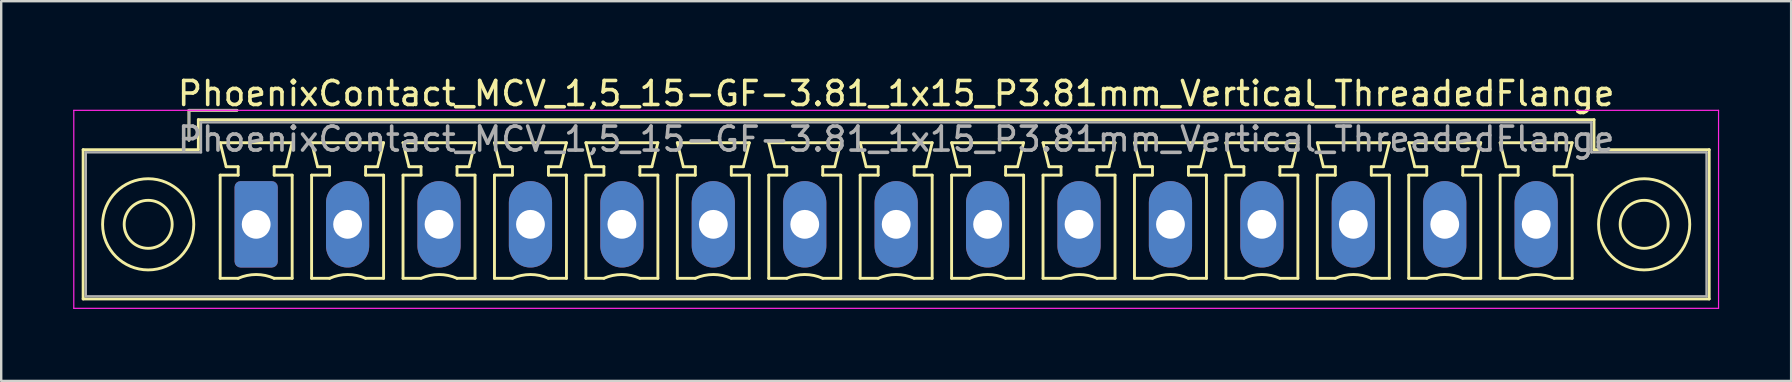
<source format=kicad_pcb>
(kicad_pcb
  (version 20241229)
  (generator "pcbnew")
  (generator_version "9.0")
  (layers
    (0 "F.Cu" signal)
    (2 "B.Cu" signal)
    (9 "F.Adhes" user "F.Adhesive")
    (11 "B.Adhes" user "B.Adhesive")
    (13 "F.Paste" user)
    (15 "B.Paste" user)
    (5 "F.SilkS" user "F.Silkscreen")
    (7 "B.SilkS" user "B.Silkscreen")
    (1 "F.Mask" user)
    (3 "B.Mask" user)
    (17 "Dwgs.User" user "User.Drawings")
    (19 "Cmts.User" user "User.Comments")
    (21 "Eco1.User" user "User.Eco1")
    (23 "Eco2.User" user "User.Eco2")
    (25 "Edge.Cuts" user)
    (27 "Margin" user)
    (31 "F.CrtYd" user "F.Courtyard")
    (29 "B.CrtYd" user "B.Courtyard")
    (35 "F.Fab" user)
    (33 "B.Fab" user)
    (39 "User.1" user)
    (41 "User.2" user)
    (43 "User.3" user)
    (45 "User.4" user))
  (footprint "PhoenixContact_MCV_1,5_15-GF-3.81_1x15_P3.81mm_Vertical_ThreadedFlange"
    (layer "F.Cu")
    (at 7.625 6.298)
    (property "Reference" "PhoenixContact_MCV_1,5_15-GF-3.81_1x15_P3.81mm_Vertical_ThreadedFlange" (at 26.67 -5.45 0) (layer "F.SilkS") (effects (font (size 1 1) (thickness 0.15))))
    (attr through_hole)
    (fp_line (start -7.21 -3.11) (end -7.21 3.11) (stroke (width 0.12) (type solid)) (layer "F.SilkS"))
    (fp_line (start -7.21 3.11) (end 60.55 3.11) (stroke (width 0.12) (type solid)) (layer "F.SilkS"))
    (fp_line (start -2.8 -4.75) (end -0.8 -4.75) (stroke (width 0.12) (type solid)) (layer "F.SilkS"))
    (fp_line (start -2.8 -3.5) (end -2.8 -4.75) (stroke (width 0.12) (type solid)) (layer "F.SilkS"))
    (fp_line (start -2.41 -4.36) (end -2.41 -3.11) (stroke (width 0.12) (type solid)) (layer "F.SilkS"))
    (fp_line (start -2.41 -3.11) (end -7.21 -3.11) (stroke (width 0.12) (type solid)) (layer "F.SilkS"))
    (fp_line (start -1.5 -3.4) (end 1.5 -3.4) (stroke (width 0.12) (type solid)) (layer "F.SilkS"))
    (fp_line (start -1.5 -2.05) (end -0.75 -2.05) (stroke (width 0.12) (type solid)) (layer "F.SilkS"))
    (fp_line (start -1.5 2.25) (end -1.5 -2.05) (stroke (width 0.12) (type solid)) (layer "F.SilkS"))
    (fp_line (start -1.25 -2.4) (end -1.5 -3.4) (stroke (width 0.12) (type solid)) (layer "F.SilkS"))
    (fp_line (start -0.75 -2.4) (end -1.25 -2.4) (stroke (width 0.12) (type solid)) (layer "F.SilkS"))
    (fp_line (start -0.75 -2.05) (end -0.75 -2.4) (stroke (width 0.12) (type solid)) (layer "F.SilkS"))
    (fp_line (start -0.75 2.25) (end -1.5 2.25) (stroke (width 0.12) (type solid)) (layer "F.SilkS"))
    (fp_line (start 0.75 -2.4) (end 0.75 -2.05) (stroke (width 0.12) (type solid)) (layer "F.SilkS"))
    (fp_line (start 0.75 -2.05) (end 1.5 -2.05) (stroke (width 0.12) (type solid)) (layer "F.SilkS"))
    (fp_line (start 1.25 -2.4) (end 0.75 -2.4) (stroke (width 0.12) (type solid)) (layer "F.SilkS"))
    (fp_line (start 1.5 -3.4) (end 1.25 -2.4) (stroke (width 0.12) (type solid)) (layer "F.SilkS"))
    (fp_line (start 1.5 -2.05) (end 1.5 2.25) (stroke (width 0.12) (type solid)) (layer "F.SilkS"))
    (fp_line (start 1.5 2.25) (end 0.75 2.25) (stroke (width 0.12) (type solid)) (layer "F.SilkS"))
    (fp_line (start 2.31 -3.4) (end 5.31 -3.4) (stroke (width 0.12) (type solid)) (layer "F.SilkS"))
    (fp_line (start 2.31 -2.05) (end 3.06 -2.05) (stroke (width 0.12) (type solid)) (layer "F.SilkS"))
    (fp_line (start 2.31 2.25) (end 2.31 -2.05) (stroke (width 0.12) (type solid)) (layer "F.SilkS"))
    (fp_line (start 2.56 -2.4) (end 2.31 -3.4) (stroke (width 0.12) (type solid)) (layer "F.SilkS"))
    (fp_line (start 3.06 -2.4) (end 2.56 -2.4) (stroke (width 0.12) (type solid)) (layer "F.SilkS"))
    (fp_line (start 3.06 -2.05) (end 3.06 -2.4) (stroke (width 0.12) (type solid)) (layer "F.SilkS"))
    (fp_line (start 3.06 2.25) (end 2.31 2.25) (stroke (width 0.12) (type solid)) (layer "F.SilkS"))
    (fp_line (start 4.56 -2.4) (end 4.56 -2.05) (stroke (width 0.12) (type solid)) (layer "F.SilkS"))
    (fp_line (start 4.56 -2.05) (end 5.31 -2.05) (stroke (width 0.12) (type solid)) (layer "F.SilkS"))
    (fp_line (start 5.06 -2.4) (end 4.56 -2.4) (stroke (width 0.12) (type solid)) (layer "F.SilkS"))
    (fp_line (start 5.31 -3.4) (end 5.06 -2.4) (stroke (width 0.12) (type solid)) (layer "F.SilkS"))
    (fp_line (start 5.31 -2.05) (end 5.31 2.25) (stroke (width 0.12) (type solid)) (layer "F.SilkS"))
    (fp_line (start 5.31 2.25) (end 4.56 2.25) (stroke (width 0.12) (type solid)) (layer "F.SilkS"))
    (fp_line (start 6.12 -3.4) (end 9.12 -3.4) (stroke (width 0.12) (type solid)) (layer "F.SilkS"))
    (fp_line (start 6.12 -2.05) (end 6.87 -2.05) (stroke (width 0.12) (type solid)) (layer "F.SilkS"))
    (fp_line (start 6.12 2.25) (end 6.12 -2.05) (stroke (width 0.12) (type solid)) (layer "F.SilkS"))
    (fp_line (start 6.37 -2.4) (end 6.12 -3.4) (stroke (width 0.12) (type solid)) (layer "F.SilkS"))
    (fp_line (start 6.87 -2.4) (end 6.37 -2.4) (stroke (width 0.12) (type solid)) (layer "F.SilkS"))
    (fp_line (start 6.87 -2.05) (end 6.87 -2.4) (stroke (width 0.12) (type solid)) (layer "F.SilkS"))
    (fp_line (start 6.87 2.25) (end 6.12 2.25) (stroke (width 0.12) (type solid)) (layer "F.SilkS"))
    (fp_line (start 8.37 -2.4) (end 8.37 -2.05) (stroke (width 0.12) (type solid)) (layer "F.SilkS"))
    (fp_line (start 8.37 -2.05) (end 9.12 -2.05) (stroke (width 0.12) (type solid)) (layer "F.SilkS"))
    (fp_line (start 8.87 -2.4) (end 8.37 -2.4) (stroke (width 0.12) (type solid)) (layer "F.SilkS"))
    (fp_line (start 9.12 -3.4) (end 8.87 -2.4) (stroke (width 0.12) (type solid)) (layer "F.SilkS"))
    (fp_line (start 9.12 -2.05) (end 9.12 2.25) (stroke (width 0.12) (type solid)) (layer "F.SilkS"))
    (fp_line (start 9.12 2.25) (end 8.37 2.25) (stroke (width 0.12) (type solid)) (layer "F.SilkS"))
    (fp_line (start 9.93 -3.4) (end 12.93 -3.4) (stroke (width 0.12) (type solid)) (layer "F.SilkS"))
    (fp_line (start 9.93 -2.05) (end 10.68 -2.05) (stroke (width 0.12) (type solid)) (layer "F.SilkS"))
    (fp_line (start 9.93 2.25) (end 9.93 -2.05) (stroke (width 0.12) (type solid)) (layer "F.SilkS"))
    (fp_line (start 10.18 -2.4) (end 9.93 -3.4) (stroke (width 0.12) (type solid)) (layer "F.SilkS"))
    (fp_line (start 10.68 -2.4) (end 10.18 -2.4) (stroke (width 0.12) (type solid)) (layer "F.SilkS"))
    (fp_line (start 10.68 -2.05) (end 10.68 -2.4) (stroke (width 0.12) (type solid)) (layer "F.SilkS"))
    (fp_line (start 10.68 2.25) (end 9.93 2.25) (stroke (width 0.12) (type solid)) (layer "F.SilkS"))
    (fp_line (start 12.18 -2.4) (end 12.18 -2.05) (stroke (width 0.12) (type solid)) (layer "F.SilkS"))
    (fp_line (start 12.18 -2.05) (end 12.93 -2.05) (stroke (width 0.12) (type solid)) (layer "F.SilkS"))
    (fp_line (start 12.68 -2.4) (end 12.18 -2.4) (stroke (width 0.12) (type solid)) (layer "F.SilkS"))
    (fp_line (start 12.93 -3.4) (end 12.68 -2.4) (stroke (width 0.12) (type solid)) (layer "F.SilkS"))
    (fp_line (start 12.93 -2.05) (end 12.93 2.25) (stroke (width 0.12) (type solid)) (layer "F.SilkS"))
    (fp_line (start 12.93 2.25) (end 12.18 2.25) (stroke (width 0.12) (type solid)) (layer "F.SilkS"))
    (fp_line (start 13.74 -3.4) (end 16.74 -3.4) (stroke (width 0.12) (type solid)) (layer "F.SilkS"))
    (fp_line (start 13.74 -2.05) (end 14.49 -2.05) (stroke (width 0.12) (type solid)) (layer "F.SilkS"))
    (fp_line (start 13.74 2.25) (end 13.74 -2.05) (stroke (width 0.12) (type solid)) (layer "F.SilkS"))
    (fp_line (start 13.99 -2.4) (end 13.74 -3.4) (stroke (width 0.12) (type solid)) (layer "F.SilkS"))
    (fp_line (start 14.49 -2.4) (end 13.99 -2.4) (stroke (width 0.12) (type solid)) (layer "F.SilkS"))
    (fp_line (start 14.49 -2.05) (end 14.49 -2.4) (stroke (width 0.12) (type solid)) (layer "F.SilkS"))
    (fp_line (start 14.49 2.25) (end 13.74 2.25) (stroke (width 0.12) (type solid)) (layer "F.SilkS"))
    (fp_line (start 15.99 -2.4) (end 15.99 -2.05) (stroke (width 0.12) (type solid)) (layer "F.SilkS"))
    (fp_line (start 15.99 -2.05) (end 16.74 -2.05) (stroke (width 0.12) (type solid)) (layer "F.SilkS"))
    (fp_line (start 16.49 -2.4) (end 15.99 -2.4) (stroke (width 0.12) (type solid)) (layer "F.SilkS"))
    (fp_line (start 16.74 -3.4) (end 16.49 -2.4) (stroke (width 0.12) (type solid)) (layer "F.SilkS"))
    (fp_line (start 16.74 -2.05) (end 16.74 2.25) (stroke (width 0.12) (type solid)) (layer "F.SilkS"))
    (fp_line (start 16.74 2.25) (end 15.99 2.25) (stroke (width 0.12) (type solid)) (layer "F.SilkS"))
    (fp_line (start 17.55 -3.4) (end 20.55 -3.4) (stroke (width 0.12) (type solid)) (layer "F.SilkS"))
    (fp_line (start 17.55 -2.05) (end 18.3 -2.05) (stroke (width 0.12) (type solid)) (layer "F.SilkS"))
    (fp_line (start 17.55 2.25) (end 17.55 -2.05) (stroke (width 0.12) (type solid)) (layer "F.SilkS"))
    (fp_line (start 17.8 -2.4) (end 17.55 -3.4) (stroke (width 0.12) (type solid)) (layer "F.SilkS"))
    (fp_line (start 18.3 -2.4) (end 17.8 -2.4) (stroke (width 0.12) (type solid)) (layer "F.SilkS"))
    (fp_line (start 18.3 -2.05) (end 18.3 -2.4) (stroke (width 0.12) (type solid)) (layer "F.SilkS"))
    (fp_line (start 18.3 2.25) (end 17.55 2.25) (stroke (width 0.12) (type solid)) (layer "F.SilkS"))
    (fp_line (start 19.8 -2.4) (end 19.8 -2.05) (stroke (width 0.12) (type solid)) (layer "F.SilkS"))
    (fp_line (start 19.8 -2.05) (end 20.55 -2.05) (stroke (width 0.12) (type solid)) (layer "F.SilkS"))
    (fp_line (start 20.3 -2.4) (end 19.8 -2.4) (stroke (width 0.12) (type solid)) (layer "F.SilkS"))
    (fp_line (start 20.55 -3.4) (end 20.3 -2.4) (stroke (width 0.12) (type solid)) (layer "F.SilkS"))
    (fp_line (start 20.55 -2.05) (end 20.55 2.25) (stroke (width 0.12) (type solid)) (layer "F.SilkS"))
    (fp_line (start 20.55 2.25) (end 19.8 2.25) (stroke (width 0.12) (type solid)) (layer "F.SilkS"))
    (fp_line (start 21.36 -3.4) (end 24.36 -3.4) (stroke (width 0.12) (type solid)) (layer "F.SilkS"))
    (fp_line (start 21.36 -2.05) (end 22.11 -2.05) (stroke (width 0.12) (type solid)) (layer "F.SilkS"))
    (fp_line (start 21.36 2.25) (end 21.36 -2.05) (stroke (width 0.12) (type solid)) (layer "F.SilkS"))
    (fp_line (start 21.61 -2.4) (end 21.36 -3.4) (stroke (width 0.12) (type solid)) (layer "F.SilkS"))
    (fp_line (start 22.11 -2.4) (end 21.61 -2.4) (stroke (width 0.12) (type solid)) (layer "F.SilkS"))
    (fp_line (start 22.11 -2.05) (end 22.11 -2.4) (stroke (width 0.12) (type solid)) (layer "F.SilkS"))
    (fp_line (start 22.11 2.25) (end 21.36 2.25) (stroke (width 0.12) (type solid)) (layer "F.SilkS"))
    (fp_line (start 23.61 -2.4) (end 23.61 -2.05) (stroke (width 0.12) (type solid)) (layer "F.SilkS"))
    (fp_line (start 23.61 -2.05) (end 24.36 -2.05) (stroke (width 0.12) (type solid)) (layer "F.SilkS"))
    (fp_line (start 24.11 -2.4) (end 23.61 -2.4) (stroke (width 0.12) (type solid)) (layer "F.SilkS"))
    (fp_line (start 24.36 -3.4) (end 24.11 -2.4) (stroke (width 0.12) (type solid)) (layer "F.SilkS"))
    (fp_line (start 24.36 -2.05) (end 24.36 2.25) (stroke (width 0.12) (type solid)) (layer "F.SilkS"))
    (fp_line (start 24.36 2.25) (end 23.61 2.25) (stroke (width 0.12) (type solid)) (layer "F.SilkS"))
    (fp_line (start 25.17 -3.4) (end 28.17 -3.4) (stroke (width 0.12) (type solid)) (layer "F.SilkS"))
    (fp_line (start 25.17 -2.05) (end 25.92 -2.05) (stroke (width 0.12) (type solid)) (layer "F.SilkS"))
    (fp_line (start 25.17 2.25) (end 25.17 -2.05) (stroke (width 0.12) (type solid)) (layer "F.SilkS"))
    (fp_line (start 25.42 -2.4) (end 25.17 -3.4) (stroke (width 0.12) (type solid)) (layer "F.SilkS"))
    (fp_line (start 25.92 -2.4) (end 25.42 -2.4) (stroke (width 0.12) (type solid)) (layer "F.SilkS"))
    (fp_line (start 25.92 -2.05) (end 25.92 -2.4) (stroke (width 0.12) (type solid)) (layer "F.SilkS"))
    (fp_line (start 25.92 2.25) (end 25.17 2.25) (stroke (width 0.12) (type solid)) (layer "F.SilkS"))
    (fp_line (start 27.42 -2.4) (end 27.42 -2.05) (stroke (width 0.12) (type solid)) (layer "F.SilkS"))
    (fp_line (start 27.42 -2.05) (end 28.17 -2.05) (stroke (width 0.12) (type solid)) (layer "F.SilkS"))
    (fp_line (start 27.92 -2.4) (end 27.42 -2.4) (stroke (width 0.12) (type solid)) (layer "F.SilkS"))
    (fp_line (start 28.17 -3.4) (end 27.92 -2.4) (stroke (width 0.12) (type solid)) (layer "F.SilkS"))
    (fp_line (start 28.17 -2.05) (end 28.17 2.25) (stroke (width 0.12) (type solid)) (layer "F.SilkS"))
    (fp_line (start 28.17 2.25) (end 27.42 2.25) (stroke (width 0.12) (type solid)) (layer "F.SilkS"))
    (fp_line (start 28.98 -3.4) (end 31.98 -3.4) (stroke (width 0.12) (type solid)) (layer "F.SilkS"))
    (fp_line (start 28.98 -2.05) (end 29.73 -2.05) (stroke (width 0.12) (type solid)) (layer "F.SilkS"))
    (fp_line (start 28.98 2.25) (end 28.98 -2.05) (stroke (width 0.12) (type solid)) (layer "F.SilkS"))
    (fp_line (start 29.23 -2.4) (end 28.98 -3.4) (stroke (width 0.12) (type solid)) (layer "F.SilkS"))
    (fp_line (start 29.73 -2.4) (end 29.23 -2.4) (stroke (width 0.12) (type solid)) (layer "F.SilkS"))
    (fp_line (start 29.73 -2.05) (end 29.73 -2.4) (stroke (width 0.12) (type solid)) (layer "F.SilkS"))
    (fp_line (start 29.73 2.25) (end 28.98 2.25) (stroke (width 0.12) (type solid)) (layer "F.SilkS"))
    (fp_line (start 31.23 -2.4) (end 31.23 -2.05) (stroke (width 0.12) (type solid)) (layer "F.SilkS"))
    (fp_line (start 31.23 -2.05) (end 31.98 -2.05) (stroke (width 0.12) (type solid)) (layer "F.SilkS"))
    (fp_line (start 31.73 -2.4) (end 31.23 -2.4) (stroke (width 0.12) (type solid)) (layer "F.SilkS"))
    (fp_line (start 31.98 -3.4) (end 31.73 -2.4) (stroke (width 0.12) (type solid)) (layer "F.SilkS"))
    (fp_line (start 31.98 -2.05) (end 31.98 2.25) (stroke (width 0.12) (type solid)) (layer "F.SilkS"))
    (fp_line (start 31.98 2.25) (end 31.23 2.25) (stroke (width 0.12) (type solid)) (layer "F.SilkS"))
    (fp_line (start 32.79 -3.4) (end 35.79 -3.4) (stroke (width 0.12) (type solid)) (layer "F.SilkS"))
    (fp_line (start 32.79 -2.05) (end 33.54 -2.05) (stroke (width 0.12) (type solid)) (layer "F.SilkS"))
    (fp_line (start 32.79 2.25) (end 32.79 -2.05) (stroke (width 0.12) (type solid)) (layer "F.SilkS"))
    (fp_line (start 33.04 -2.4) (end 32.79 -3.4) (stroke (width 0.12) (type solid)) (layer "F.SilkS"))
    (fp_line (start 33.54 -2.4) (end 33.04 -2.4) (stroke (width 0.12) (type solid)) (layer "F.SilkS"))
    (fp_line (start 33.54 -2.05) (end 33.54 -2.4) (stroke (width 0.12) (type solid)) (layer "F.SilkS"))
    (fp_line (start 33.54 2.25) (end 32.79 2.25) (stroke (width 0.12) (type solid)) (layer "F.SilkS"))
    (fp_line (start 35.04 -2.4) (end 35.04 -2.05) (stroke (width 0.12) (type solid)) (layer "F.SilkS"))
    (fp_line (start 35.04 -2.05) (end 35.79 -2.05) (stroke (width 0.12) (type solid)) (layer "F.SilkS"))
    (fp_line (start 35.54 -2.4) (end 35.04 -2.4) (stroke (width 0.12) (type solid)) (layer "F.SilkS"))
    (fp_line (start 35.79 -3.4) (end 35.54 -2.4) (stroke (width 0.12) (type solid)) (layer "F.SilkS"))
    (fp_line (start 35.79 -2.05) (end 35.79 2.25) (stroke (width 0.12) (type solid)) (layer "F.SilkS"))
    (fp_line (start 35.79 2.25) (end 35.04 2.25) (stroke (width 0.12) (type solid)) (layer "F.SilkS"))
    (fp_line (start 36.6 -3.4) (end 39.6 -3.4) (stroke (width 0.12) (type solid)) (layer "F.SilkS"))
    (fp_line (start 36.6 -2.05) (end 37.35 -2.05) (stroke (width 0.12) (type solid)) (layer "F.SilkS"))
    (fp_line (start 36.6 2.25) (end 36.6 -2.05) (stroke (width 0.12) (type solid)) (layer "F.SilkS"))
    (fp_line (start 36.85 -2.4) (end 36.6 -3.4) (stroke (width 0.12) (type solid)) (layer "F.SilkS"))
    (fp_line (start 37.35 -2.4) (end 36.85 -2.4) (stroke (width 0.12) (type solid)) (layer "F.SilkS"))
    (fp_line (start 37.35 -2.05) (end 37.35 -2.4) (stroke (width 0.12) (type solid)) (layer "F.SilkS"))
    (fp_line (start 37.35 2.25) (end 36.6 2.25) (stroke (width 0.12) (type solid)) (layer "F.SilkS"))
    (fp_line (start 38.85 -2.4) (end 38.85 -2.05) (stroke (width 0.12) (type solid)) (layer "F.SilkS"))
    (fp_line (start 38.85 -2.05) (end 39.6 -2.05) (stroke (width 0.12) (type solid)) (layer "F.SilkS"))
    (fp_line (start 39.35 -2.4) (end 38.85 -2.4) (stroke (width 0.12) (type solid)) (layer "F.SilkS"))
    (fp_line (start 39.6 -3.4) (end 39.35 -2.4) (stroke (width 0.12) (type solid)) (layer "F.SilkS"))
    (fp_line (start 39.6 -2.05) (end 39.6 2.25) (stroke (width 0.12) (type solid)) (layer "F.SilkS"))
    (fp_line (start 39.6 2.25) (end 38.85 2.25) (stroke (width 0.12) (type solid)) (layer "F.SilkS"))
    (fp_line (start 40.41 -3.4) (end 43.41 -3.4) (stroke (width 0.12) (type solid)) (layer "F.SilkS"))
    (fp_line (start 40.41 -2.05) (end 41.16 -2.05) (stroke (width 0.12) (type solid)) (layer "F.SilkS"))
    (fp_line (start 40.41 2.25) (end 40.41 -2.05) (stroke (width 0.12) (type solid)) (layer "F.SilkS"))
    (fp_line (start 40.66 -2.4) (end 40.41 -3.4) (stroke (width 0.12) (type solid)) (layer "F.SilkS"))
    (fp_line (start 41.16 -2.4) (end 40.66 -2.4) (stroke (width 0.12) (type solid)) (layer "F.SilkS"))
    (fp_line (start 41.16 -2.05) (end 41.16 -2.4) (stroke (width 0.12) (type solid)) (layer "F.SilkS"))
    (fp_line (start 41.16 2.25) (end 40.41 2.25) (stroke (width 0.12) (type solid)) (layer "F.SilkS"))
    (fp_line (start 42.66 -2.4) (end 42.66 -2.05) (stroke (width 0.12) (type solid)) (layer "F.SilkS"))
    (fp_line (start 42.66 -2.05) (end 43.41 -2.05) (stroke (width 0.12) (type solid)) (layer "F.SilkS"))
    (fp_line (start 43.16 -2.4) (end 42.66 -2.4) (stroke (width 0.12) (type solid)) (layer "F.SilkS"))
    (fp_line (start 43.41 -3.4) (end 43.16 -2.4) (stroke (width 0.12) (type solid)) (layer "F.SilkS"))
    (fp_line (start 43.41 -2.05) (end 43.41 2.25) (stroke (width 0.12) (type solid)) (layer "F.SilkS"))
    (fp_line (start 43.41 2.25) (end 42.66 2.25) (stroke (width 0.12) (type solid)) (layer "F.SilkS"))
    (fp_line (start 44.22 -3.4) (end 47.22 -3.4) (stroke (width 0.12) (type solid)) (layer "F.SilkS"))
    (fp_line (start 44.22 -2.05) (end 44.97 -2.05) (stroke (width 0.12) (type solid)) (layer "F.SilkS"))
    (fp_line (start 44.22 2.25) (end 44.22 -2.05) (stroke (width 0.12) (type solid)) (layer "F.SilkS"))
    (fp_line (start 44.47 -2.4) (end 44.22 -3.4) (stroke (width 0.12) (type solid)) (layer "F.SilkS"))
    (fp_line (start 44.97 -2.4) (end 44.47 -2.4) (stroke (width 0.12) (type solid)) (layer "F.SilkS"))
    (fp_line (start 44.97 -2.05) (end 44.97 -2.4) (stroke (width 0.12) (type solid)) (layer "F.SilkS"))
    (fp_line (start 44.97 2.25) (end 44.22 2.25) (stroke (width 0.12) (type solid)) (layer "F.SilkS"))
    (fp_line (start 46.47 -2.4) (end 46.47 -2.05) (stroke (width 0.12) (type solid)) (layer "F.SilkS"))
    (fp_line (start 46.47 -2.05) (end 47.22 -2.05) (stroke (width 0.12) (type solid)) (layer "F.SilkS"))
    (fp_line (start 46.97 -2.4) (end 46.47 -2.4) (stroke (width 0.12) (type solid)) (layer "F.SilkS"))
    (fp_line (start 47.22 -3.4) (end 46.97 -2.4) (stroke (width 0.12) (type solid)) (layer "F.SilkS"))
    (fp_line (start 47.22 -2.05) (end 47.22 2.25) (stroke (width 0.12) (type solid)) (layer "F.SilkS"))
    (fp_line (start 47.22 2.25) (end 46.47 2.25) (stroke (width 0.12) (type solid)) (layer "F.SilkS"))
    (fp_line (start 48.03 -3.4) (end 51.03 -3.4) (stroke (width 0.12) (type solid)) (layer "F.SilkS"))
    (fp_line (start 48.03 -2.05) (end 48.78 -2.05) (stroke (width 0.12) (type solid)) (layer "F.SilkS"))
    (fp_line (start 48.03 2.25) (end 48.03 -2.05) (stroke (width 0.12) (type solid)) (layer "F.SilkS"))
    (fp_line (start 48.28 -2.4) (end 48.03 -3.4) (stroke (width 0.12) (type solid)) (layer "F.SilkS"))
    (fp_line (start 48.78 -2.4) (end 48.28 -2.4) (stroke (width 0.12) (type solid)) (layer "F.SilkS"))
    (fp_line (start 48.78 -2.05) (end 48.78 -2.4) (stroke (width 0.12) (type solid)) (layer "F.SilkS"))
    (fp_line (start 48.78 2.25) (end 48.03 2.25) (stroke (width 0.12) (type solid)) (layer "F.SilkS"))
    (fp_line (start 50.28 -2.4) (end 50.28 -2.05) (stroke (width 0.12) (type solid)) (layer "F.SilkS"))
    (fp_line (start 50.28 -2.05) (end 51.03 -2.05) (stroke (width 0.12) (type solid)) (layer "F.SilkS"))
    (fp_line (start 50.78 -2.4) (end 50.28 -2.4) (stroke (width 0.12) (type solid)) (layer "F.SilkS"))
    (fp_line (start 51.03 -3.4) (end 50.78 -2.4) (stroke (width 0.12) (type solid)) (layer "F.SilkS"))
    (fp_line (start 51.03 -2.05) (end 51.03 2.25) (stroke (width 0.12) (type solid)) (layer "F.SilkS"))
    (fp_line (start 51.03 2.25) (end 50.28 2.25) (stroke (width 0.12) (type solid)) (layer "F.SilkS"))
    (fp_line (start 51.84 -3.4) (end 54.84 -3.4) (stroke (width 0.12) (type solid)) (layer "F.SilkS"))
    (fp_line (start 51.84 -2.05) (end 52.59 -2.05) (stroke (width 0.12) (type solid)) (layer "F.SilkS"))
    (fp_line (start 51.84 2.25) (end 51.84 -2.05) (stroke (width 0.12) (type solid)) (layer "F.SilkS"))
    (fp_line (start 52.09 -2.4) (end 51.84 -3.4) (stroke (width 0.12) (type solid)) (layer "F.SilkS"))
    (fp_line (start 52.59 -2.4) (end 52.09 -2.4) (stroke (width 0.12) (type solid)) (layer "F.SilkS"))
    (fp_line (start 52.59 -2.05) (end 52.59 -2.4) (stroke (width 0.12) (type solid)) (layer "F.SilkS"))
    (fp_line (start 52.59 2.25) (end 51.84 2.25) (stroke (width 0.12) (type solid)) (layer "F.SilkS"))
    (fp_line (start 54.09 -2.4) (end 54.09 -2.05) (stroke (width 0.12) (type solid)) (layer "F.SilkS"))
    (fp_line (start 54.09 -2.05) (end 54.84 -2.05) (stroke (width 0.12) (type solid)) (layer "F.SilkS"))
    (fp_line (start 54.59 -2.4) (end 54.09 -2.4) (stroke (width 0.12) (type solid)) (layer "F.SilkS"))
    (fp_line (start 54.84 -3.4) (end 54.59 -2.4) (stroke (width 0.12) (type solid)) (layer "F.SilkS"))
    (fp_line (start 54.84 -2.05) (end 54.84 2.25) (stroke (width 0.12) (type solid)) (layer "F.SilkS"))
    (fp_line (start 54.84 2.25) (end 54.09 2.25) (stroke (width 0.12) (type solid)) (layer "F.SilkS"))
    (fp_line (start 55.75 -4.36) (end -2.41 -4.36) (stroke (width 0.12) (type solid)) (layer "F.SilkS"))
    (fp_line (start 55.75 -3.11) (end 55.75 -4.36) (stroke (width 0.12) (type solid)) (layer "F.SilkS"))
    (fp_line (start 60.55 -3.11) (end 55.75 -3.11) (stroke (width 0.12) (type solid)) (layer "F.SilkS"))
    (fp_line (start 60.55 3.11) (end 60.55 -3.11) (stroke (width 0.12) (type solid)) (layer "F.SilkS"))
    (fp_arc (start -0.75 2.25) (mid -0.000193 2.09191) (end 0.749647 2.249844) (stroke (width 0.12) (type solid)) (layer "F.SilkS"))
    (fp_arc (start 3.06 2.25) (mid 3.809807 2.09191) (end 4.559647 2.249844) (stroke (width 0.12) (type solid)) (layer "F.SilkS"))
    (fp_arc (start 6.87 2.25) (mid 7.619807 2.09191) (end 8.369647 2.249844) (stroke (width 0.12) (type solid)) (layer "F.SilkS"))
    (fp_arc (start 10.68 2.25) (mid 11.429807 2.09191) (end 12.179647 2.249844) (stroke (width 0.12) (type solid)) (layer "F.SilkS"))
    (fp_arc (start 14.49 2.25) (mid 15.239807 2.09191) (end 15.989647 2.249844) (stroke (width 0.12) (type solid)) (layer "F.SilkS"))
    (fp_arc (start 18.3 2.25) (mid 19.049807 2.09191) (end 19.799647 2.249844) (stroke (width 0.12) (type solid)) (layer "F.SilkS"))
    (fp_arc (start 22.11 2.25) (mid 22.859807 2.09191) (end 23.609647 2.249844) (stroke (width 0.12) (type solid)) (layer "F.SilkS"))
    (fp_arc (start 25.92 2.25) (mid 26.669807 2.09191) (end 27.419647 2.249844) (stroke (width 0.12) (type solid)) (layer "F.SilkS"))
    (fp_arc (start 29.73 2.25) (mid 30.479807 2.09191) (end 31.229647 2.249844) (stroke (width 0.12) (type solid)) (layer "F.SilkS"))
    (fp_arc (start 33.54 2.25) (mid 34.289807 2.09191) (end 35.039647 2.249844) (stroke (width 0.12) (type solid)) (layer "F.SilkS"))
    (fp_arc (start 37.35 2.25) (mid 38.099807 2.09191) (end 38.849647 2.249844) (stroke (width 0.12) (type solid)) (layer "F.SilkS"))
    (fp_arc (start 41.16 2.25) (mid 41.909807 2.09191) (end 42.659647 2.249844) (stroke (width 0.12) (type solid)) (layer "F.SilkS"))
    (fp_arc (start 44.97 2.25) (mid 45.719807 2.09191) (end 46.469647 2.249844) (stroke (width 0.12) (type solid)) (layer "F.SilkS"))
    (fp_arc (start 48.78 2.25) (mid 49.529807 2.09191) (end 50.279647 2.249844) (stroke (width 0.12) (type solid)) (layer "F.SilkS"))
    (fp_arc (start 52.59 2.25) (mid 53.339807 2.09191) (end 54.089647 2.249844) (stroke (width 0.12) (type solid)) (layer "F.SilkS"))
    (fp_circle (center -4.5 0) (end -3.5 0) (stroke (width 0.12) (type solid)) (fill no) (layer "F.SilkS"))
    (fp_circle (center -4.5 0) (end -2.6 0) (stroke (width 0.12) (type solid)) (fill no) (layer "F.SilkS"))
    (fp_circle (center 57.84 0) (end 58.84 0) (stroke (width 0.12) (type solid)) (fill no) (layer "F.SilkS"))
    (fp_circle (center 57.84 0) (end 59.74 0) (stroke (width 0.12) (type solid)) (fill no) (layer "F.SilkS"))
    (fp_line (start -7.6 -4.75) (end -7.6 3.5) (stroke (width 0.05) (type solid)) (layer "F.CrtYd"))
    (fp_line (start -7.6 3.5) (end 60.94 3.5) (stroke (width 0.05) (type solid)) (layer "F.CrtYd"))
    (fp_line (start 60.94 -4.75) (end -7.6 -4.75) (stroke (width 0.05) (type solid)) (layer "F.CrtYd"))
    (fp_line (start 60.94 3.5) (end 60.94 -4.75) (stroke (width 0.05) (type solid)) (layer "F.CrtYd"))
    (fp_line (start -7.1 -3) (end -7.1 3) (stroke (width 0.1) (type solid)) (layer "F.Fab"))
    (fp_line (start -7.1 3) (end 60.44 3) (stroke (width 0.1) (type solid)) (layer "F.Fab"))
    (fp_line (start -2.8 -4.75) (end -0.8 -4.75) (stroke (width 0.1) (type solid)) (layer "F.Fab"))
    (fp_line (start -2.8 -3.5) (end -2.8 -4.75) (stroke (width 0.1) (type solid)) (layer "F.Fab"))
    (fp_line (start -2.3 -4.25) (end -2.3 -3) (stroke (width 0.1) (type solid)) (layer "F.Fab"))
    (fp_line (start -2.3 -3) (end -7.1 -3) (stroke (width 0.1) (type solid)) (layer "F.Fab"))
    (fp_line (start 55.64 -4.25) (end -2.3 -4.25) (stroke (width 0.1) (type solid)) (layer "F.Fab"))
    (fp_line (start 55.64 -3) (end 55.64 -4.25) (stroke (width 0.1) (type solid)) (layer "F.Fab"))
    (fp_line (start 60.44 -3) (end 55.64 -3) (stroke (width 0.1) (type solid)) (layer "F.Fab"))
    (fp_line (start 60.44 3) (end 60.44 -3) (stroke (width 0.1) (type solid)) (layer "F.Fab"))
    (fp_text user "${REFERENCE}" (at 26.67 -3.55 0) (layer "F.Fab") (effects (font (size 1 1) (thickness 0.15))))
    (pad "1" thru_hole roundrect (at 0 0) (size 1.8 3.6) (drill 1.2) (layers "*.Cu" "*.Mask") (roundrect_rratio 0.139))
    (pad "2" thru_hole oval (at 3.81 0) (size 1.8 3.6) (drill 1.2) (layers "*.Cu" "*.Mask"))
    (pad "3" thru_hole oval (at 7.62 0) (size 1.8 3.6) (drill 1.2) (layers "*.Cu" "*.Mask"))
    (pad "4" thru_hole oval (at 11.43 0) (size 1.8 3.6) (drill 1.2) (layers "*.Cu" "*.Mask"))
    (pad "5" thru_hole oval (at 15.24 0) (size 1.8 3.6) (drill 1.2) (layers "*.Cu" "*.Mask"))
    (pad "6" thru_hole oval (at 19.05 0) (size 1.8 3.6) (drill 1.2) (layers "*.Cu" "*.Mask"))
    (pad "7" thru_hole oval (at 22.86 0) (size 1.8 3.6) (drill 1.2) (layers "*.Cu" "*.Mask"))
    (pad "8" thru_hole oval (at 26.67 0) (size 1.8 3.6) (drill 1.2) (layers "*.Cu" "*.Mask"))
    (pad "9" thru_hole oval (at 30.48 0) (size 1.8 3.6) (drill 1.2) (layers "*.Cu" "*.Mask"))
    (pad "10" thru_hole oval (at 34.29 0) (size 1.8 3.6) (drill 1.2) (layers "*.Cu" "*.Mask"))
    (pad "11" thru_hole oval (at 38.1 0) (size 1.8 3.6) (drill 1.2) (layers "*.Cu" "*.Mask"))
    (pad "12" thru_hole oval (at 41.91 0) (size 1.8 3.6) (drill 1.2) (layers "*.Cu" "*.Mask"))
    (pad "13" thru_hole oval (at 45.72 0) (size 1.8 3.6) (drill 1.2) (layers "*.Cu" "*.Mask"))
    (pad "14" thru_hole oval (at 49.53 0) (size 1.8 3.6) (drill 1.2) (layers "*.Cu" "*.Mask"))
    (pad "15" thru_hole oval (at 53.34 0) (size 1.8 3.6) (drill 1.2) (layers "*.Cu" "*.Mask")))
  (gr_rect
    (start -3 -3)
    (end 71.59 12.823)
    (stroke (width 0.1) (type default))
    (fill no)
    (layer "Edge.Cuts")))
</source>
